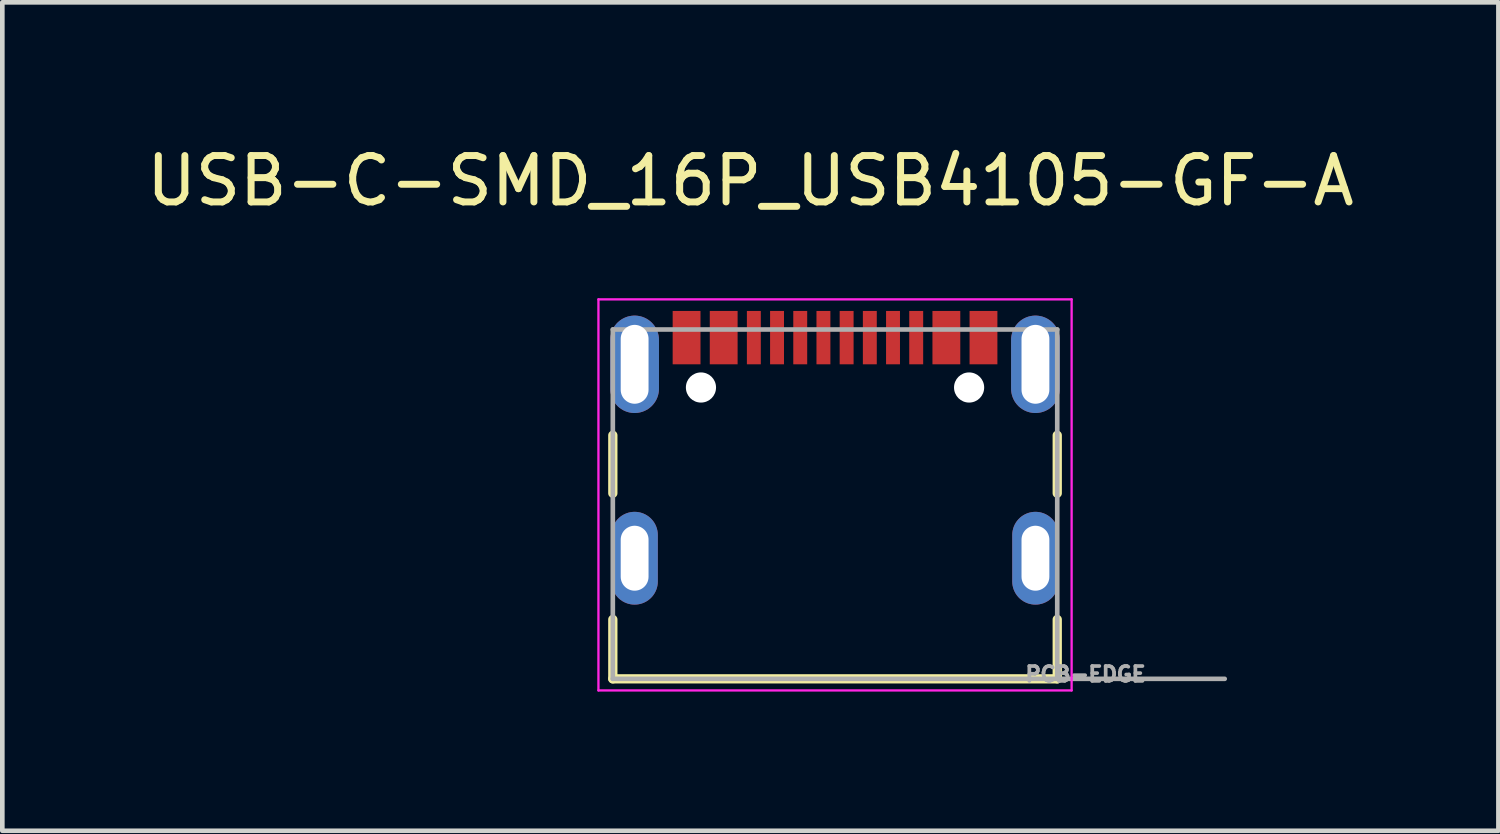
<source format=kicad_pcb>
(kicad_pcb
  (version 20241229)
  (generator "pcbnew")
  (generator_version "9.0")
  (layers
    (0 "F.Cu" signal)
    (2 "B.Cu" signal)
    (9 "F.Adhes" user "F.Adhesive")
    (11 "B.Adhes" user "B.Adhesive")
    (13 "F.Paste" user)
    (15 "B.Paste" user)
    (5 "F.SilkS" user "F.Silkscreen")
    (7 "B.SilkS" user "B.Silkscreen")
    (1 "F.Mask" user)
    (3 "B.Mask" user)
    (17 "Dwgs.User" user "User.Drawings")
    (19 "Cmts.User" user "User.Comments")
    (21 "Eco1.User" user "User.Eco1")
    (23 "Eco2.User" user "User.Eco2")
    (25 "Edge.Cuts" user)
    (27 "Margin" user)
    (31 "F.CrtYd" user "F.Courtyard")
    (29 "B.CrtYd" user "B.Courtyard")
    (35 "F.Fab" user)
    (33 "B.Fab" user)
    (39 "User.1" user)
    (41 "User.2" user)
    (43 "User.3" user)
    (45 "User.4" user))
  (footprint "USB-C-SMD_16P_USB4105-GF-A"
    (layer "F.Cu")
    (at 14.95 8.983)
    (property "Reference" "USB-C-SMD_16P_USB4105-GF-A" (at -1.825 -8.135 0) (layer "F.SilkS") (effects (font (size 1 1) (thickness 0.15))))
    (attr through_hole)
    (fp_line (start -4.79 -2.65) (end -4.79 -1.4) (stroke (width 0.2) (type solid)) (layer "F.SilkS"))
    (fp_line (start -4.79 1.32) (end -4.79 2.6) (stroke (width 0.2) (type solid)) (layer "F.SilkS"))
    (fp_line (start -4.79 2.6) (end 4.79 2.6) (stroke (width 0.2) (type solid)) (layer "F.SilkS"))
    (fp_line (start 4.79 -2.65) (end 4.79 -1.4) (stroke (width 0.2) (type solid)) (layer "F.SilkS"))
    (fp_line (start 4.79 2.6) (end 4.79 1.32) (stroke (width 0.2) (type solid)) (layer "F.SilkS"))
    (fp_line (start -5.1 -5.58) (end -5.1 2.85) (stroke (width 0.05) (type solid)) (layer "F.CrtYd"))
    (fp_line (start -5.1 2.85) (end 5.1 2.85) (stroke (width 0.05) (type solid)) (layer "F.CrtYd"))
    (fp_line (start 5.1 -5.58) (end -5.1 -5.58) (stroke (width 0.05) (type solid)) (layer "F.CrtYd"))
    (fp_line (start 5.1 2.85) (end 5.1 -5.58) (stroke (width 0.05) (type solid)) (layer "F.CrtYd"))
    (fp_line (start -4.79 -4.93) (end 4.79 -4.93) (stroke (width 0.1) (type solid)) (layer "F.Fab"))
    (fp_line (start -4.79 2.6) (end -4.79 -4.93) (stroke (width 0.1) (type solid)) (layer "F.Fab"))
    (fp_line (start 4.79 -4.93) (end 4.79 2.6) (stroke (width 0.1) (type solid)) (layer "F.Fab"))
    (fp_line (start 4.79 2.6) (end -4.79 2.6) (stroke (width 0.1) (type solid)) (layer "F.Fab"))
    (fp_line (start 4.8 2.6) (end 8.4 2.6) (stroke (width 0.1) (type solid)) (layer "F.Fab"))
    (fp_text user "PCB-EDGE" (at 5.4 2.5 0) (layer "F.Fab") (effects (font (size 0.32 0.32) (thickness 0.15))))
    (pad "" np_thru_hole circle (at -2.89 -3.68) (size 0.65 0.65) (drill 0.65) (layers "*.Cu" "*.Mask"))
    (pad "" np_thru_hole circle (at 2.89 -3.68) (size 0.65 0.65) (drill 0.65) (layers "*.Cu" "*.Mask"))
    (pad "A1_B12" smd rect (at -3.2 -4.755) (size 0.6 1.15) (layers "F.Cu" "F.Mask" "F.Paste"))
    (pad "A4_B9" smd rect (at -2.4 -4.755) (size 0.6 1.15) (layers "F.Cu" "F.Mask" "F.Paste"))
    (pad "A5" smd rect (at -1.25 -4.755) (size 0.3 1.15) (layers "F.Cu" "F.Mask" "F.Paste"))
    (pad "A6" smd rect (at -0.25 -4.755) (size 0.3 1.15) (layers "F.Cu" "F.Mask" "F.Paste"))
    (pad "A7" smd rect (at 0.25 -4.755) (size 0.3 1.15) (layers "F.Cu" "F.Mask" "F.Paste"))
    (pad "A8" smd rect (at 1.25 -4.755) (size 0.3 1.15) (layers "F.Cu" "F.Mask" "F.Paste"))
    (pad "B1_A12" smd rect (at 3.2 -4.755) (size 0.6 1.15) (layers "F.Cu" "F.Mask" "F.Paste"))
    (pad "B4_A9" smd rect (at 2.4 -4.755) (size 0.6 1.15) (layers "F.Cu" "F.Mask" "F.Paste"))
    (pad "B5" smd rect (at 1.75 -4.755) (size 0.3 1.15) (layers "F.Cu" "F.Mask" "F.Paste"))
    (pad "B6" smd rect (at 0.75 -4.755) (size 0.3 1.15) (layers "F.Cu" "F.Mask" "F.Paste"))
    (pad "B7" smd rect (at -0.75 -4.755) (size 0.3 1.15) (layers "F.Cu" "F.Mask" "F.Paste"))
    (pad "B8" smd rect (at -1.75 -4.755) (size 0.3 1.15) (layers "F.Cu" "F.Mask" "F.Paste"))
    (pad "S1" thru_hole oval (at -4.32 -4.18) (size 1.05 2.1) (drill oval 0.6 1.7) (layers "*.Cu" "*.Mask"))
    (pad "S2" thru_hole oval (at -4.32 0) (size 1 2) (drill oval 0.6 1.4) (layers "*.Cu" "*.Mask"))
    (pad "S3" thru_hole oval (at 4.32 0) (size 1 2) (drill oval 0.6 1.4) (layers "*.Cu" "*.Mask"))
    (pad "S4" thru_hole oval (at 4.32 -4.18) (size 1.05 2.1) (drill oval 0.6 1.7) (layers "*.Cu" "*.Mask")))
  (gr_rect
    (start -3 -3)
    (end 29.25 14.858)
    (stroke (width 0.1) (type default))
    (fill no)
    (layer "Edge.Cuts")))
</source>
